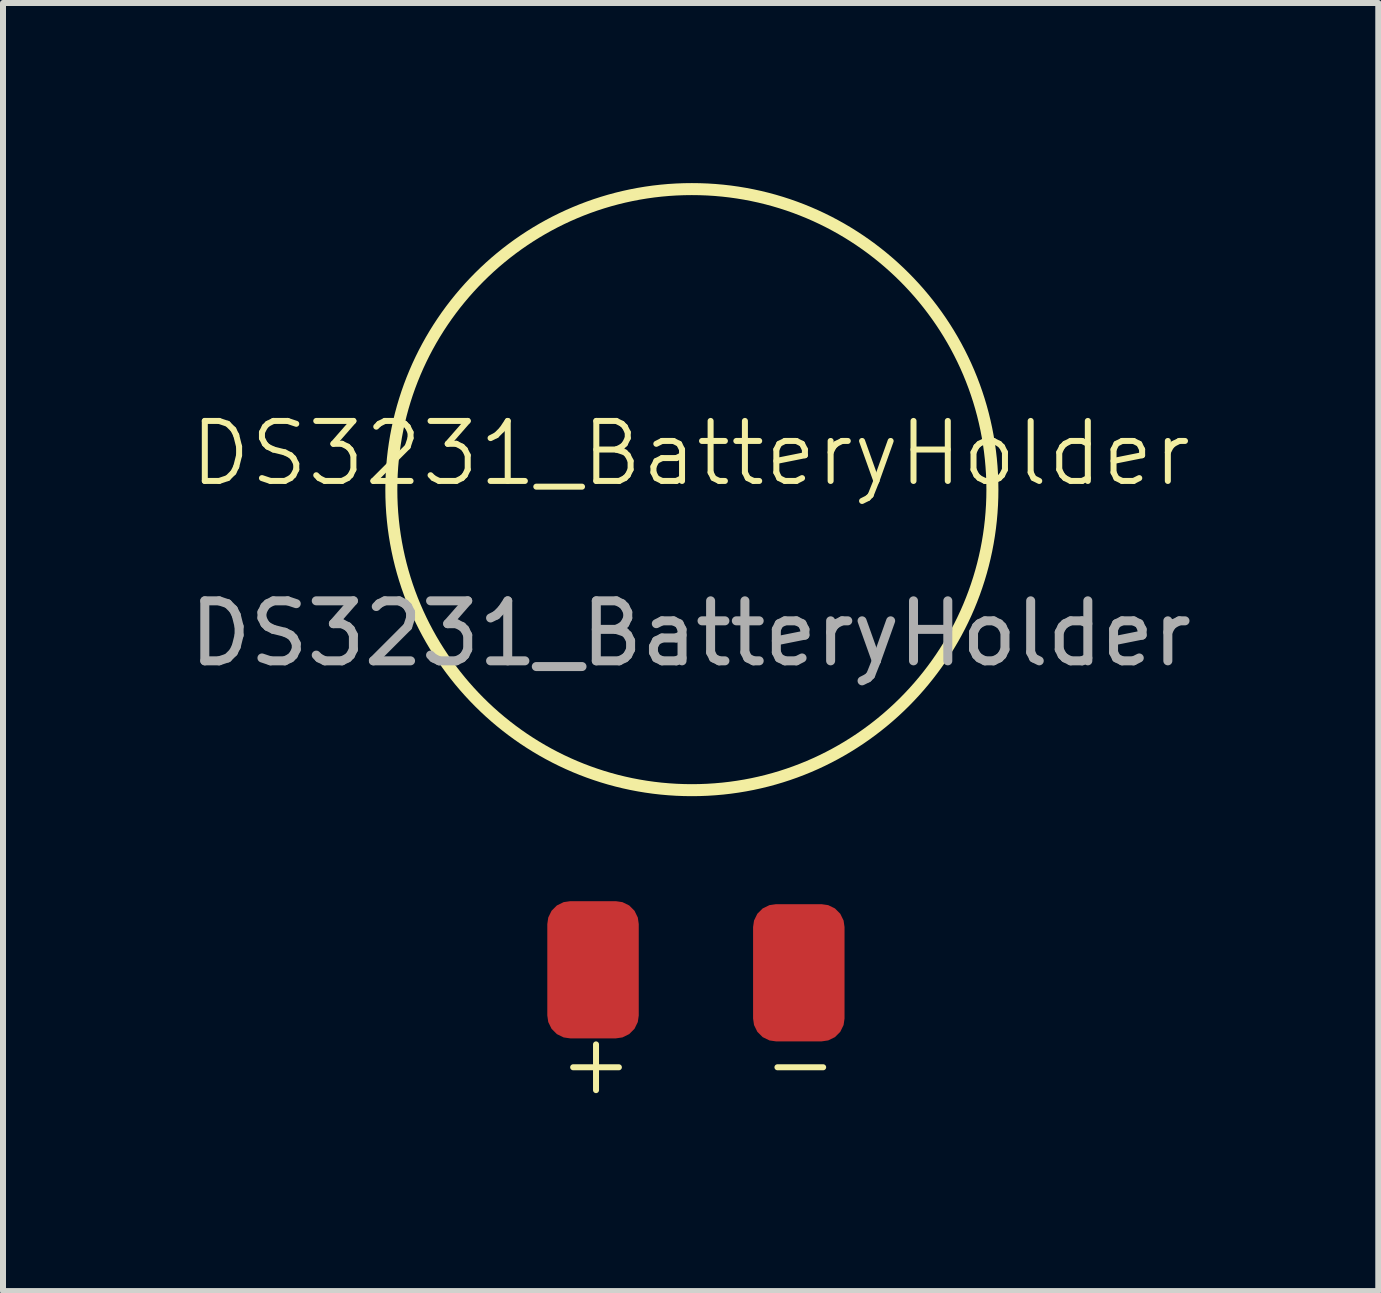
<source format=kicad_pcb>
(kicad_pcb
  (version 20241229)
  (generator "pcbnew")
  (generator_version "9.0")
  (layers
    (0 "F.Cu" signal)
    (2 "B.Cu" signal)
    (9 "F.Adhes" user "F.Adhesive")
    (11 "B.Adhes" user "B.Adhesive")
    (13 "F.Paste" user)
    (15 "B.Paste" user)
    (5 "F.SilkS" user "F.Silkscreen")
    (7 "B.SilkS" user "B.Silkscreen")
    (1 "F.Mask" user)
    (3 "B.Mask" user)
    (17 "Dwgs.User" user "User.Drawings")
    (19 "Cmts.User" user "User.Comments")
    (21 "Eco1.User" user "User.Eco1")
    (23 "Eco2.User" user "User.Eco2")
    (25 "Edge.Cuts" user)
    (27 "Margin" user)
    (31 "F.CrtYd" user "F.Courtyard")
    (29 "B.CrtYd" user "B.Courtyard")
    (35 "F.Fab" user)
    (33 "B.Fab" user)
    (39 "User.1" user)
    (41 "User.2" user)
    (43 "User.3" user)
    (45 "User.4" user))
  (footprint "DS3231_BatteryHolder"
    (layer "F.Cu")
    (at 8.458 5.007)
    (property "Reference" "DS3231_BatteryHolder" (at 0 -0.5 0) (unlocked yes) (layer "F.SilkS") (effects (font (size 1 1) (thickness 0.1))))
    (attr smd)
    (fp_circle (center 0.021 0.102) (end 5.029 0.102) (stroke (width 0.2) (type default)) (fill no) (layer "F.SilkS"))
    (fp_text user "-" (at 1.143 10.236 0) (unlocked yes) (layer "F.SilkS") (effects (font (size 1 1) (thickness 0.1)) (justify left bottom)))
    (fp_text user "+" (at -2.261 10.236 0) (unlocked yes) (layer "F.SilkS") (effects (font (size 1 1) (thickness 0.1)) (justify left bottom)))
    (fp_text user "${REFERENCE}" (at 0 2.5 0) (unlocked yes) (layer "F.Fab") (effects (font (size 1 1) (thickness 0.15))))
    (pad "1" smd roundrect (at -1.626 8.103 90) (size 2.286 1.524) (layers "F.Cu" "F.Mask" "F.Paste") (roundrect_rratio 0.25))
    (pad "2" smd roundrect (at 1.803 8.153 90) (size 2.286 1.524) (layers "F.Cu" "F.Mask" "F.Paste") (roundrect_rratio 0.25)))
  (gr_rect
    (start -3 -3)
    (end 19.917 18.464)
    (stroke (width 0.1) (type default))
    (fill no)
    (layer "Edge.Cuts")))
</source>
